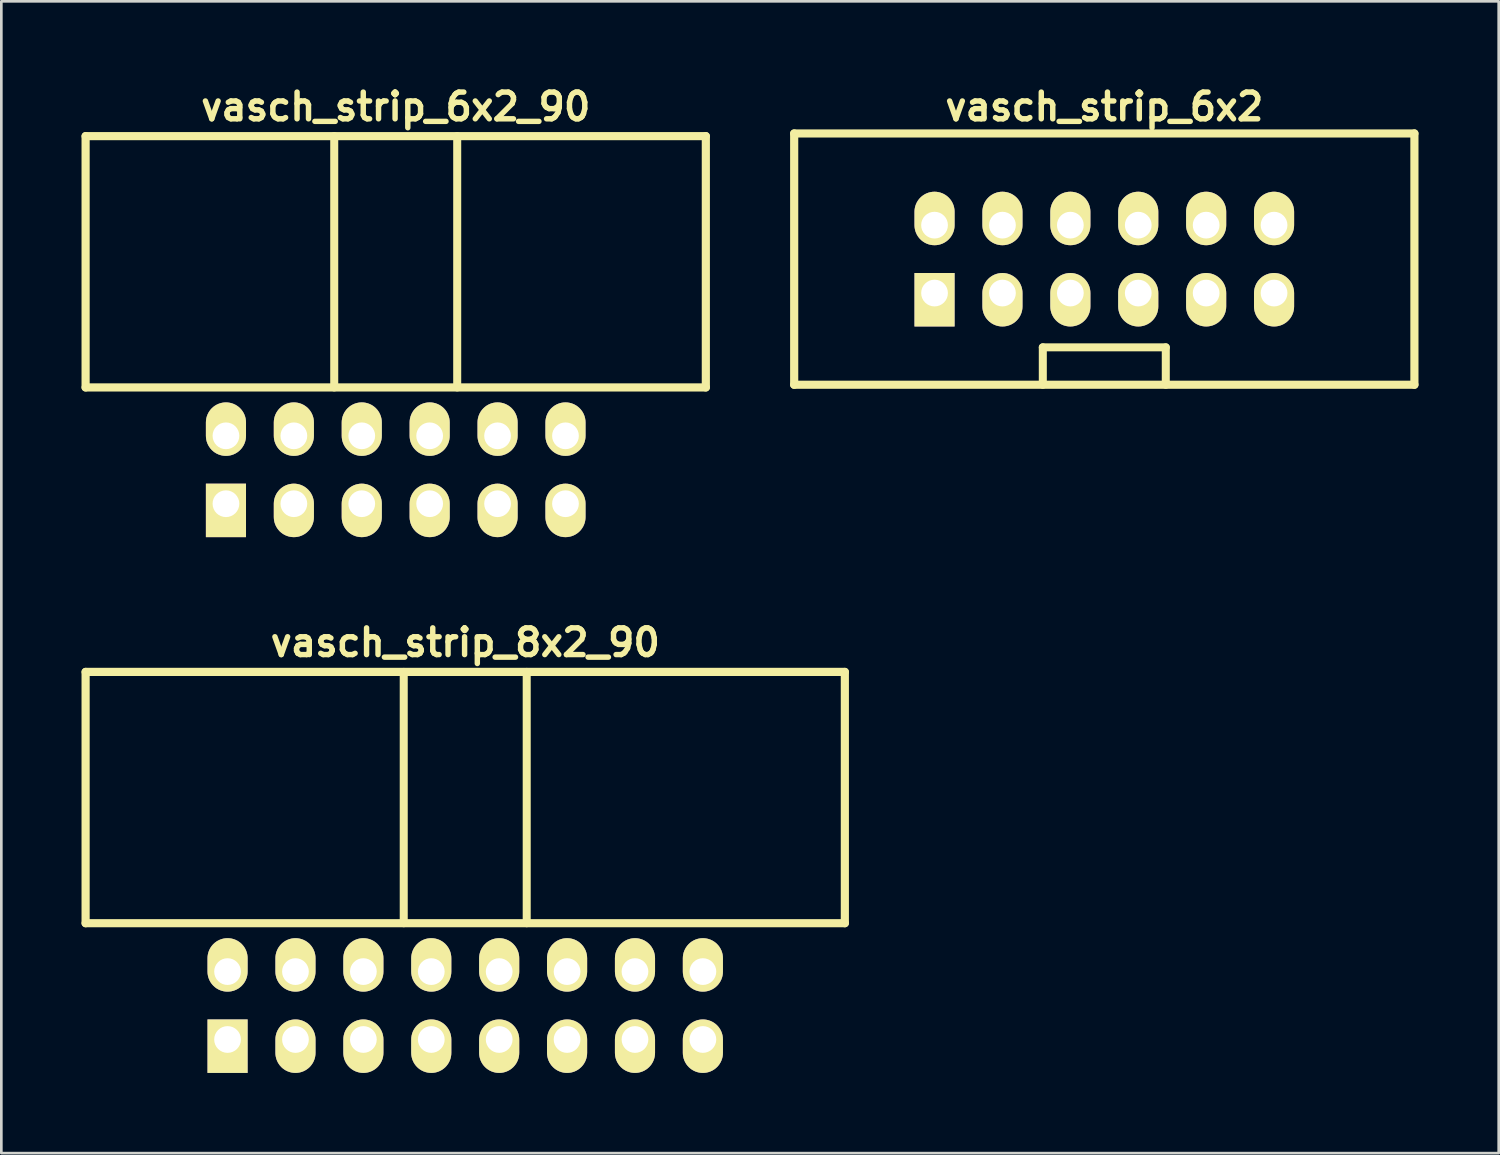
<source format=kicad_pcb>
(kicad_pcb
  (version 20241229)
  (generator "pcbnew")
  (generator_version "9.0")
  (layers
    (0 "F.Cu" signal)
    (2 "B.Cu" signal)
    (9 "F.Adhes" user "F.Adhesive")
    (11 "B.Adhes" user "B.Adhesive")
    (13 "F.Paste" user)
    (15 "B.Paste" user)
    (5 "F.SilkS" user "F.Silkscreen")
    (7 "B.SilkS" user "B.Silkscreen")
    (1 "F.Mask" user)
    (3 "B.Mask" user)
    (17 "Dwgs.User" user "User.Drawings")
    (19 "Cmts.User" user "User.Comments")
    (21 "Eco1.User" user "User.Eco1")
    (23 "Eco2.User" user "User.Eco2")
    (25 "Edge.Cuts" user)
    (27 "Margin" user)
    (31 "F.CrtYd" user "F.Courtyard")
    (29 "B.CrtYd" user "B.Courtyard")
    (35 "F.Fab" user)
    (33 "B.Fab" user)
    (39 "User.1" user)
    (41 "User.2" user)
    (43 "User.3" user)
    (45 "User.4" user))
  (footprint "vasch_strip_6x2_90"
    (layer "F.Cu")
    (at 11.752 9.442)
    (property "Reference" "vasch_strip_6x2_90" (at 0 -8.5 0) (layer "F.SilkS") (effects (font (size 1 1) (thickness 0.203))))
    (attr through_hole)
    (fp_line (start -11.6 -7.4) (end -11.6 2) (stroke (width 0.305) (type solid)) (layer "F.SilkS"))
    (fp_line (start -11.6 2) (end 11.6 2) (stroke (width 0.305) (type solid)) (layer "F.SilkS"))
    (fp_line (start -2.3 -7.4) (end -2.3 2) (stroke (width 0.3) (type solid)) (layer "F.SilkS"))
    (fp_line (start 2.3 -7.4) (end 2.3 2) (stroke (width 0.3) (type solid)) (layer "F.SilkS"))
    (fp_line (start 11.6 -7.4) (end -11.6 -7.4) (stroke (width 0.305) (type solid)) (layer "F.SilkS"))
    (fp_line (start 11.6 -7.4) (end 11.6 2) (stroke (width 0.305) (type solid)) (layer "F.SilkS"))
    (pad "1" thru_hole rect (at -6.35 6.35) (size 1.5 2) (drill 1 (offset 0 0.25)) (layers "*.Cu" "*.Mask" "F.SilkS"))
    (pad "2" thru_hole oval (at -6.35 3.81) (size 1.5 2) (drill 1 (offset 0 -0.25)) (layers "*.Cu" "*.Mask" "F.SilkS"))
    (pad "3" thru_hole oval (at -3.81 6.35) (size 1.5 2) (drill 1 (offset 0 0.25)) (layers "*.Cu" "*.Mask" "F.SilkS"))
    (pad "4" thru_hole oval (at -3.81 3.81) (size 1.5 2) (drill 1 (offset 0 -0.25)) (layers "*.Cu" "*.Mask" "F.SilkS"))
    (pad "5" thru_hole oval (at -1.27 6.35) (size 1.5 2) (drill 1 (offset 0 0.25)) (layers "*.Cu" "*.Mask" "F.SilkS"))
    (pad "6" thru_hole oval (at -1.27 3.81) (size 1.5 2) (drill 1 (offset 0 -0.25)) (layers "*.Cu" "*.Mask" "F.SilkS"))
    (pad "7" thru_hole oval (at 1.27 6.35) (size 1.5 2) (drill 1 (offset 0 0.25)) (layers "*.Cu" "*.Mask" "F.SilkS"))
    (pad "8" thru_hole oval (at 1.27 3.81) (size 1.5 2) (drill 1 (offset 0 -0.25)) (layers "*.Cu" "*.Mask" "F.SilkS"))
    (pad "9" thru_hole oval (at 3.81 6.35) (size 1.5 2) (drill 1 (offset 0 0.25)) (layers "*.Cu" "*.Mask" "F.SilkS"))
    (pad "10" thru_hole oval (at 3.81 3.81) (size 1.5 2) (drill 1 (offset 0 -0.25)) (layers "*.Cu" "*.Mask" "F.SilkS"))
    (pad "11" thru_hole oval (at 6.35 6.35) (size 1.5 2) (drill 1 (offset 0 0.25)) (layers "*.Cu" "*.Mask" "F.SilkS"))
    (pad "12" thru_hole oval (at 6.35 3.81) (size 1.5 2) (drill 1 (offset 0 -0.25)) (layers "*.Cu" "*.Mask" "F.SilkS")))
  (footprint "vasch_strip_8x2_90"
    (layer "F.Cu")
    (at 14.352 29.483)
    (property "Reference" "vasch_strip_8x2_90" (at 0 -8.5 0) (layer "F.SilkS") (effects (font (size 1 1) (thickness 0.203))))
    (attr through_hole)
    (fp_line (start -14.2 -7.4) (end -14.2 2) (stroke (width 0.305) (type solid)) (layer "F.SilkS"))
    (fp_line (start -14.2 2) (end 14.2 2) (stroke (width 0.305) (type solid)) (layer "F.SilkS"))
    (fp_line (start -2.3 -7.4) (end -2.3 2) (stroke (width 0.3) (type solid)) (layer "F.SilkS"))
    (fp_line (start 2.3 -7.4) (end 2.3 2) (stroke (width 0.3) (type solid)) (layer "F.SilkS"))
    (fp_line (start 14.2 -7.4) (end -14.2 -7.4) (stroke (width 0.305) (type solid)) (layer "F.SilkS"))
    (fp_line (start 14.2 -7.4) (end 14.2 2) (stroke (width 0.305) (type solid)) (layer "F.SilkS"))
    (pad "1" thru_hole rect (at -8.89 6.35) (size 1.5 2) (drill 1 (offset 0 0.25)) (layers "*.Cu" "*.Mask" "F.SilkS"))
    (pad "2" thru_hole oval (at -8.89 3.81) (size 1.5 2) (drill 1 (offset 0 -0.25)) (layers "*.Cu" "*.Mask" "F.SilkS"))
    (pad "3" thru_hole oval (at -6.35 6.35) (size 1.5 2) (drill 1 (offset 0 0.25)) (layers "*.Cu" "*.Mask" "F.SilkS"))
    (pad "4" thru_hole oval (at -6.35 3.81) (size 1.5 2) (drill 1 (offset 0 -0.25)) (layers "*.Cu" "*.Mask" "F.SilkS"))
    (pad "5" thru_hole oval (at -3.81 6.35) (size 1.5 2) (drill 1 (offset 0 0.25)) (layers "*.Cu" "*.Mask" "F.SilkS"))
    (pad "6" thru_hole oval (at -3.81 3.81) (size 1.5 2) (drill 1 (offset 0 -0.25)) (layers "*.Cu" "*.Mask" "F.SilkS"))
    (pad "7" thru_hole oval (at -1.27 6.35) (size 1.5 2) (drill 1 (offset 0 0.25)) (layers "*.Cu" "*.Mask" "F.SilkS"))
    (pad "8" thru_hole oval (at -1.27 3.81) (size 1.5 2) (drill 1 (offset 0 -0.25)) (layers "*.Cu" "*.Mask" "F.SilkS"))
    (pad "9" thru_hole oval (at 1.27 6.35) (size 1.5 2) (drill 1 (offset 0 0.25)) (layers "*.Cu" "*.Mask" "F.SilkS"))
    (pad "10" thru_hole oval (at 1.27 3.81) (size 1.5 2) (drill 1 (offset 0 -0.25)) (layers "*.Cu" "*.Mask" "F.SilkS"))
    (pad "11" thru_hole oval (at 3.81 6.35) (size 1.5 2) (drill 1 (offset 0 0.25)) (layers "*.Cu" "*.Mask" "F.SilkS"))
    (pad "12" thru_hole oval (at 3.81 3.81) (size 1.5 2) (drill 1 (offset 0 -0.25)) (layers "*.Cu" "*.Mask" "F.SilkS"))
    (pad "13" thru_hole oval (at 6.35 6.35) (size 1.5 2) (drill 1 (offset 0 0.25)) (layers "*.Cu" "*.Mask" "F.SilkS"))
    (pad "14" thru_hole oval (at 6.35 3.81) (size 1.5 2) (drill 1 (offset 0 -0.25)) (layers "*.Cu" "*.Mask" "F.SilkS"))
    (pad "15" thru_hole oval (at 8.89 6.35) (size 1.5 2) (drill 1 (offset 0 0.25)) (layers "*.Cu" "*.Mask" "F.SilkS"))
    (pad "16" thru_hole oval (at 8.89 3.81) (size 1.5 2) (drill 1 (offset 0 -0.25)) (layers "*.Cu" "*.Mask" "F.SilkS")))
  (footprint "vasch_strip_6x2"
    (layer "F.Cu")
    (at 38.257 6.642)
    (property "Reference" "vasch_strip_6x2" (at 0 -5.7 0) (layer "F.SilkS") (effects (font (size 1 1) (thickness 0.203))))
    (attr through_hole)
    (fp_line (start -11.6 -4.7) (end -11.6 4.7) (stroke (width 0.305) (type solid)) (layer "F.SilkS"))
    (fp_line (start -11.6 4.7) (end 11.6 4.7) (stroke (width 0.305) (type solid)) (layer "F.SilkS"))
    (fp_line (start -2.3 3.3) (end -2.3 4.7) (stroke (width 0.3) (type solid)) (layer "F.SilkS"))
    (fp_line (start 2.3 3.3) (end -2.3 3.3) (stroke (width 0.3) (type solid)) (layer "F.SilkS"))
    (fp_line (start 2.3 4.7) (end 2.3 3.3) (stroke (width 0.3) (type solid)) (layer "F.SilkS"))
    (fp_line (start 11.6 -4.7) (end -11.6 -4.7) (stroke (width 0.305) (type solid)) (layer "F.SilkS"))
    (fp_line (start 11.6 -4.7) (end 11.6 4.7) (stroke (width 0.305) (type solid)) (layer "F.SilkS"))
    (pad "1" thru_hole rect (at -6.35 1.27) (size 1.5 2) (drill 1 (offset 0 0.25)) (layers "*.Cu" "*.Mask" "F.SilkS"))
    (pad "2" thru_hole oval (at -6.35 -1.27) (size 1.5 2) (drill 1 (offset 0 -0.25)) (layers "*.Cu" "*.Mask" "F.SilkS"))
    (pad "3" thru_hole oval (at -3.81 1.27) (size 1.5 2) (drill 1 (offset 0 0.25)) (layers "*.Cu" "*.Mask" "F.SilkS"))
    (pad "4" thru_hole oval (at -3.81 -1.27) (size 1.5 2) (drill 1 (offset 0 -0.25)) (layers "*.Cu" "*.Mask" "F.SilkS"))
    (pad "5" thru_hole oval (at -1.27 1.27) (size 1.5 2) (drill 1 (offset 0 0.25)) (layers "*.Cu" "*.Mask" "F.SilkS"))
    (pad "6" thru_hole oval (at -1.27 -1.27) (size 1.5 2) (drill 1 (offset 0 -0.25)) (layers "*.Cu" "*.Mask" "F.SilkS"))
    (pad "7" thru_hole oval (at 1.27 1.27) (size 1.5 2) (drill 1 (offset 0 0.25)) (layers "*.Cu" "*.Mask" "F.SilkS"))
    (pad "8" thru_hole oval (at 1.27 -1.27) (size 1.5 2) (drill 1 (offset 0 -0.25)) (layers "*.Cu" "*.Mask" "F.SilkS"))
    (pad "9" thru_hole oval (at 3.81 1.27) (size 1.5 2) (drill 1 (offset 0 0.25)) (layers "*.Cu" "*.Mask" "F.SilkS"))
    (pad "10" thru_hole oval (at 3.81 -1.27) (size 1.5 2) (drill 1 (offset 0 -0.25)) (layers "*.Cu" "*.Mask" "F.SilkS"))
    (pad "11" thru_hole oval (at 6.35 1.27) (size 1.5 2) (drill 1 (offset 0 0.25)) (layers "*.Cu" "*.Mask" "F.SilkS"))
    (pad "12" thru_hole oval (at 6.35 -1.27) (size 1.5 2) (drill 1 (offset 0 -0.25)) (layers "*.Cu" "*.Mask" "F.SilkS")))
  (gr_rect
    (start -3 -3)
    (end 53.01 40.083)
    (stroke (width 0.1) (type default))
    (fill no)
    (layer "Edge.Cuts")))
</source>
